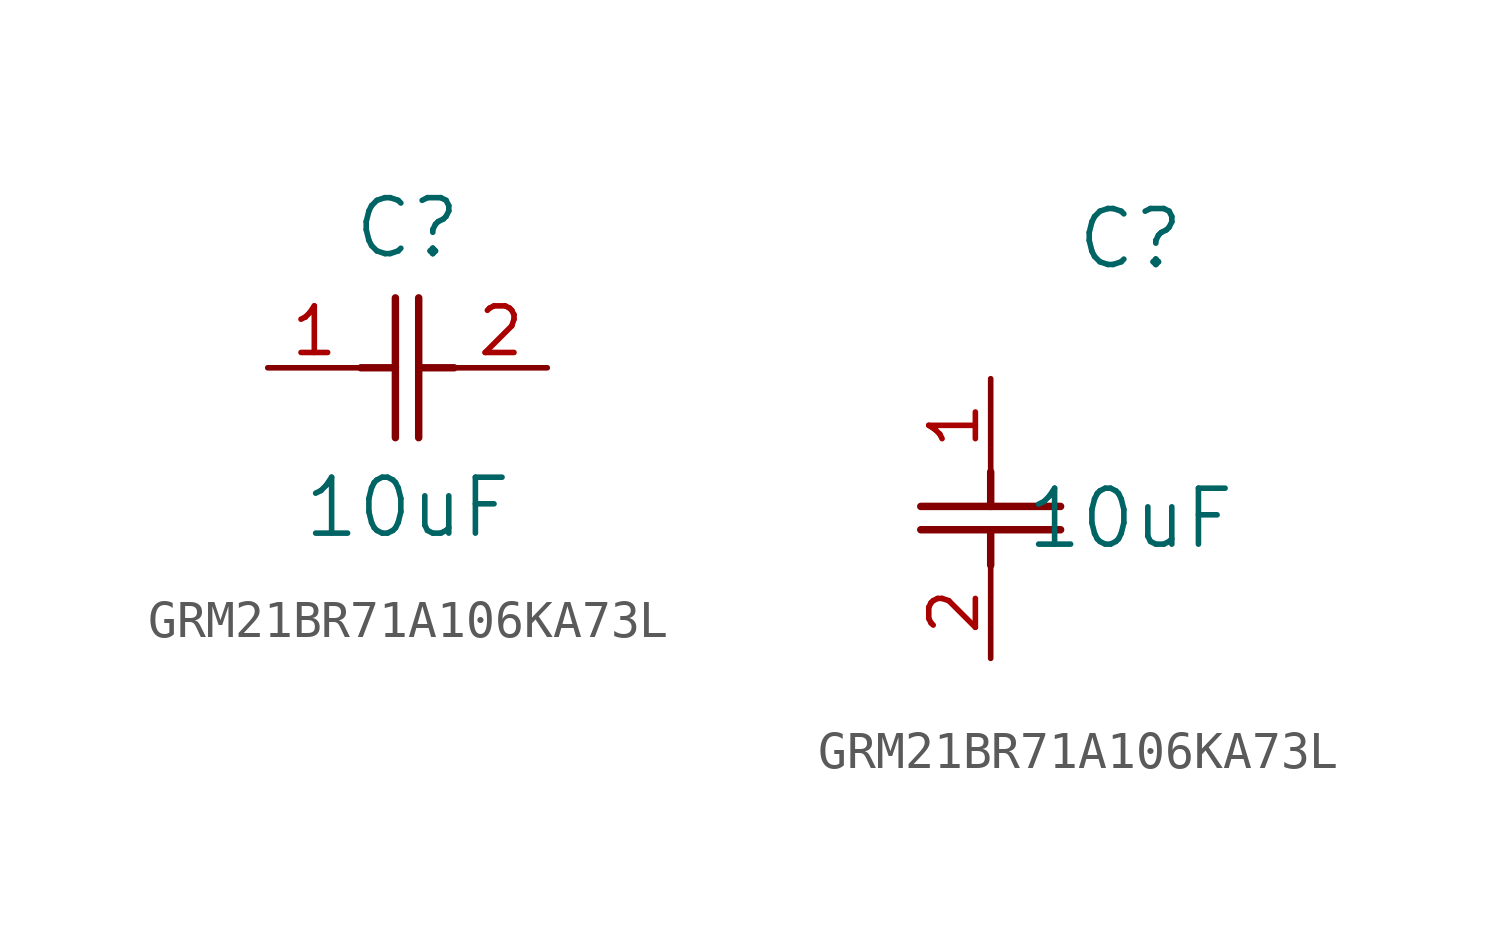
<source format=kicad_sym>
(kicad_symbol_lib
  (version 20220914)
  (generator kicad_symbol_editor)
  (symbol "GRM21BR71A106KA73L"
    (pin_names
      (offset 0.254))
    (property "Reference" "C"
      (at 3.81 3.81 0)
      (effects (font (size 1.524 1.524))))
    (property "Value" "10uF"
      (at 3.81 -3.81 0)
      (effects (font (size 1.524 1.524))))
    (symbol "GRM21BR71A106KA73L_1_1"
      (polyline (pts (xy 2.54 0) (xy 3.48 0)) (stroke (width 0.203) (type default)) (fill (type none)))
      (polyline (pts (xy 3.48 -1.905) (xy 3.48 1.905)) (stroke (width 0.203) (type default)) (fill (type none)))
      (polyline (pts (xy 4.115 -1.905) (xy 4.115 1.905)) (stroke (width 0.203) (type default)) (fill (type none)))
      (polyline (pts (xy 4.115 0) (xy 5.08 0)) (stroke (width 0.203) (type default)) (fill (type none)))
      (pin unspecified line (at 0 0 0) (length 2.54) (name "" (effects (font (size 1.27 1.27)))) (number "1" (effects (font (size 1.27 1.27)))))
      (pin unspecified line (at 7.62 0 180) (length 2.54) (name "" (effects (font (size 1.27 1.27)))) (number "2" (effects (font (size 1.27 1.27))))))
    (symbol "GRM21BR71A106KA73L_1_2"
      (polyline (pts (xy -1.905 -4.115) (xy 1.905 -4.115)) (stroke (width 0.203) (type default)) (fill (type none)))
      (polyline (pts (xy -1.905 -3.48) (xy 1.905 -3.48)) (stroke (width 0.203) (type default)) (fill (type none)))
      (polyline (pts (xy 0 -4.115) (xy 0 -5.08)) (stroke (width 0.203) (type default)) (fill (type none)))
      (polyline (pts (xy 0 -2.54) (xy 0 -3.48)) (stroke (width 0.203) (type default)) (fill (type none)))
      (pin unspecified line (at 0 0 270) (length 2.54) (name "" (effects (font (size 1.27 1.27)))) (number "1" (effects (font (size 1.27 1.27)))))
      (pin unspecified line (at 0 -7.62 90) (length 2.54) (name "" (effects (font (size 1.27 1.27)))) (number "2" (effects (font (size 1.27 1.27))))))))
</source>
